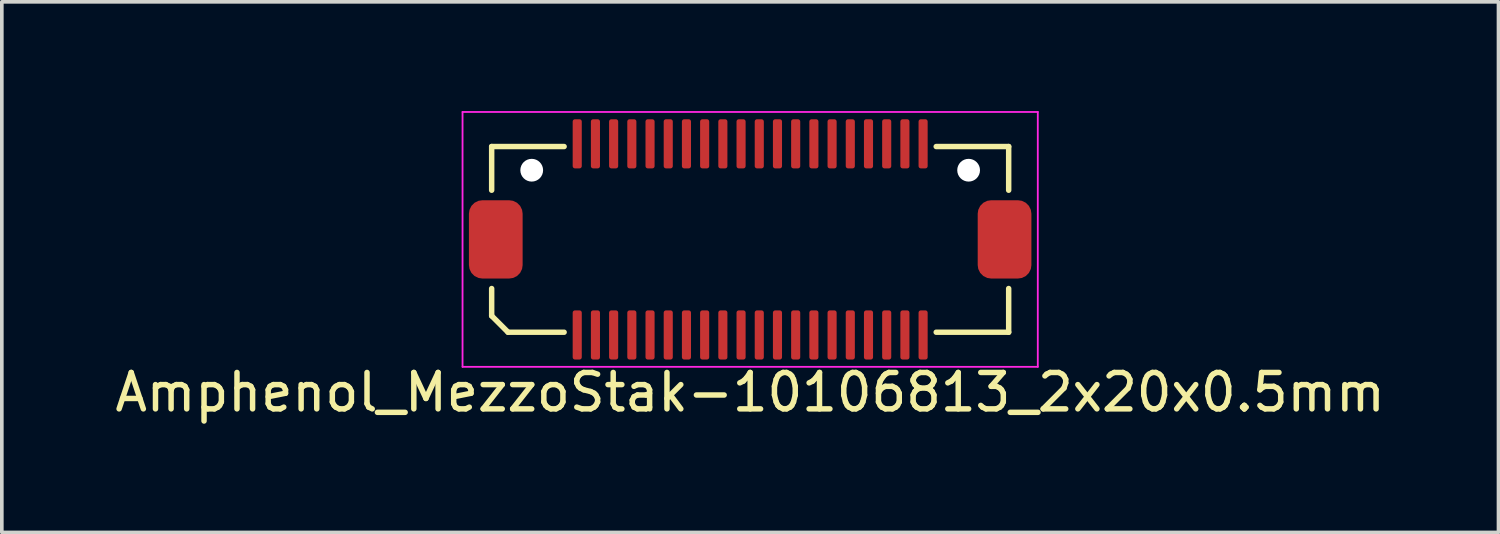
<source format=kicad_pcb>
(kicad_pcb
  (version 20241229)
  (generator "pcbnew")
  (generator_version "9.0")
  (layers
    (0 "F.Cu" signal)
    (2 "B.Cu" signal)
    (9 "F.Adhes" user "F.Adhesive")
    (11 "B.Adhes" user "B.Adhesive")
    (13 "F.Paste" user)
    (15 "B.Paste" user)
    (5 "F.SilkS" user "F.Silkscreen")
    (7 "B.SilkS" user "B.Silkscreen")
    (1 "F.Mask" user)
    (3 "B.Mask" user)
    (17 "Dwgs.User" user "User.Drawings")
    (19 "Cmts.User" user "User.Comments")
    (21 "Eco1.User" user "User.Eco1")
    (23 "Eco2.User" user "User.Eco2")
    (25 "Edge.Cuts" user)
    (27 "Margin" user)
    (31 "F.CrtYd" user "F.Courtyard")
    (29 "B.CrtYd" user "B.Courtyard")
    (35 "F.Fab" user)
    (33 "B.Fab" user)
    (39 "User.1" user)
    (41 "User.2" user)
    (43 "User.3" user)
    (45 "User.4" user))
  (footprint "Amphenol_MezzoStak-10106813_2x20x0.5mm"
    (layer "F.Cu")
    (at 17.554 3.525)
    (property "Reference" "Amphenol_MezzoStak-10106813_2x20x0.5mm" (at 0 4.2 0) (layer "F.SilkS") (effects (font (size 1 1) (thickness 0.15))))
    (attr smd)
    (fp_line (start -7.1 -2.55) (end -5.11 -2.55) (stroke (width 0.15) (type solid)) (layer "F.SilkS"))
    (fp_line (start -7.1 -1.35) (end -7.1 -2.55) (stroke (width 0.15) (type solid)) (layer "F.SilkS"))
    (fp_line (start -7.1 2.1) (end -7.1 1.35) (stroke (width 0.15) (type solid)) (layer "F.SilkS"))
    (fp_line (start -7.1 2.1) (end -6.65 2.55) (stroke (width 0.15) (type solid)) (layer "F.SilkS"))
    (fp_line (start -5.11 2.55) (end -6.65 2.55) (stroke (width 0.15) (type solid)) (layer "F.SilkS"))
    (fp_line (start 5.11 -2.55) (end 7.1 -2.55) (stroke (width 0.15) (type solid)) (layer "F.SilkS"))
    (fp_line (start 5.11 2.55) (end 7.1 2.55) (stroke (width 0.15) (type solid)) (layer "F.SilkS"))
    (fp_line (start 7.1 -1.35) (end 7.1 -2.55) (stroke (width 0.15) (type solid)) (layer "F.SilkS"))
    (fp_line (start 7.1 1.35) (end 7.1 2.55) (stroke (width 0.15) (type solid)) (layer "F.SilkS"))
    (fp_line (start -7.9 -3.5) (end -7.9 3.5) (stroke (width 0.05) (type solid)) (layer "F.CrtYd"))
    (fp_line (start -7.9 3.5) (end 7.9 3.5) (stroke (width 0.05) (type solid)) (layer "F.CrtYd"))
    (fp_line (start 7.9 -3.5) (end -7.9 -3.5) (stroke (width 0.05) (type solid)) (layer "F.CrtYd"))
    (fp_line (start 7.9 3.5) (end 7.9 -3.5) (stroke (width 0.05) (type solid)) (layer "F.CrtYd"))
    (pad "" smd roundrect (at -6.987 0) (size 1.475 2.15) (layers "F.Cu" "F.Mask" "F.Paste") (roundrect_rratio 0.25))
    (pad "" np_thru_hole circle (at -6 -1.9) (size 0.625 0.625) (drill 0.625) (layers "*.Cu" "*.Mask"))
    (pad "" np_thru_hole circle (at 6 -1.9) (size 0.625 0.625) (drill 0.625) (layers "*.Cu" "*.Mask"))
    (pad "" smd roundrect (at 6.987 0) (size 1.475 2.15) (layers "F.Cu" "F.Mask" "F.Paste") (roundrect_rratio 0.25))
    (pad "1" smd roundrect (at -4.75 2.625) (size 0.25 1.35) (layers "F.Cu" "F.Mask" "F.Paste") (roundrect_rratio 0.25))
    (pad "2" smd roundrect (at -4.75 -2.625) (size 0.25 1.35) (layers "F.Cu" "F.Mask" "F.Paste") (roundrect_rratio 0.25))
    (pad "3" smd roundrect (at -4.25 2.625) (size 0.25 1.35) (layers "F.Cu" "F.Mask" "F.Paste") (roundrect_rratio 0.25))
    (pad "4" smd roundrect (at -4.25 -2.625) (size 0.25 1.35) (layers "F.Cu" "F.Mask" "F.Paste") (roundrect_rratio 0.25))
    (pad "5" smd roundrect (at -3.75 2.625) (size 0.25 1.35) (layers "F.Cu" "F.Mask" "F.Paste") (roundrect_rratio 0.25))
    (pad "6" smd roundrect (at -3.75 -2.625) (size 0.25 1.35) (layers "F.Cu" "F.Mask" "F.Paste") (roundrect_rratio 0.25))
    (pad "7" smd roundrect (at -3.25 2.625) (size 0.25 1.35) (layers "F.Cu" "F.Mask" "F.Paste") (roundrect_rratio 0.25))
    (pad "8" smd roundrect (at -3.25 -2.625) (size 0.25 1.35) (layers "F.Cu" "F.Mask" "F.Paste") (roundrect_rratio 0.25))
    (pad "9" smd roundrect (at -2.75 2.625) (size 0.25 1.35) (layers "F.Cu" "F.Mask" "F.Paste") (roundrect_rratio 0.25))
    (pad "10" smd roundrect (at -2.75 -2.625) (size 0.25 1.35) (layers "F.Cu" "F.Mask" "F.Paste") (roundrect_rratio 0.25))
    (pad "11" smd roundrect (at -2.25 2.625) (size 0.25 1.35) (layers "F.Cu" "F.Mask" "F.Paste") (roundrect_rratio 0.25))
    (pad "12" smd roundrect (at -2.25 -2.625) (size 0.25 1.35) (layers "F.Cu" "F.Mask" "F.Paste") (roundrect_rratio 0.25))
    (pad "13" smd roundrect (at -1.75 2.625) (size 0.25 1.35) (layers "F.Cu" "F.Mask" "F.Paste") (roundrect_rratio 0.25))
    (pad "14" smd roundrect (at -1.75 -2.625) (size 0.25 1.35) (layers "F.Cu" "F.Mask" "F.Paste") (roundrect_rratio 0.25))
    (pad "15" smd roundrect (at -1.25 2.625) (size 0.25 1.35) (layers "F.Cu" "F.Mask" "F.Paste") (roundrect_rratio 0.25))
    (pad "16" smd roundrect (at -1.25 -2.625) (size 0.25 1.35) (layers "F.Cu" "F.Mask" "F.Paste") (roundrect_rratio 0.25))
    (pad "17" smd roundrect (at -0.75 2.625) (size 0.25 1.35) (layers "F.Cu" "F.Mask" "F.Paste") (roundrect_rratio 0.25))
    (pad "18" smd roundrect (at -0.75 -2.625) (size 0.25 1.35) (layers "F.Cu" "F.Mask" "F.Paste") (roundrect_rratio 0.25))
    (pad "19" smd roundrect (at -0.25 2.625) (size 0.25 1.35) (layers "F.Cu" "F.Mask" "F.Paste") (roundrect_rratio 0.25))
    (pad "20" smd roundrect (at -0.25 -2.625) (size 0.25 1.35) (layers "F.Cu" "F.Mask" "F.Paste") (roundrect_rratio 0.25))
    (pad "21" smd roundrect (at 0.25 2.625) (size 0.25 1.35) (layers "F.Cu" "F.Mask" "F.Paste") (roundrect_rratio 0.25))
    (pad "22" smd roundrect (at 0.25 -2.625) (size 0.25 1.35) (layers "F.Cu" "F.Mask" "F.Paste") (roundrect_rratio 0.25))
    (pad "23" smd roundrect (at 0.75 2.625) (size 0.25 1.35) (layers "F.Cu" "F.Mask" "F.Paste") (roundrect_rratio 0.25))
    (pad "24" smd roundrect (at 0.75 -2.625) (size 0.25 1.35) (layers "F.Cu" "F.Mask" "F.Paste") (roundrect_rratio 0.25))
    (pad "25" smd roundrect (at 1.25 2.625) (size 0.25 1.35) (layers "F.Cu" "F.Mask" "F.Paste") (roundrect_rratio 0.25))
    (pad "26" smd roundrect (at 1.25 -2.625) (size 0.25 1.35) (layers "F.Cu" "F.Mask" "F.Paste") (roundrect_rratio 0.25))
    (pad "27" smd roundrect (at 1.75 2.625) (size 0.25 1.35) (layers "F.Cu" "F.Mask" "F.Paste") (roundrect_rratio 0.25))
    (pad "28" smd roundrect (at 1.75 -2.625) (size 0.25 1.35) (layers "F.Cu" "F.Mask" "F.Paste") (roundrect_rratio 0.25))
    (pad "29" smd roundrect (at 2.25 2.625) (size 0.25 1.35) (layers "F.Cu" "F.Mask" "F.Paste") (roundrect_rratio 0.25))
    (pad "30" smd roundrect (at 2.25 -2.625) (size 0.25 1.35) (layers "F.Cu" "F.Mask" "F.Paste") (roundrect_rratio 0.25))
    (pad "31" smd roundrect (at 2.75 2.625) (size 0.25 1.35) (layers "F.Cu" "F.Mask" "F.Paste") (roundrect_rratio 0.25))
    (pad "32" smd roundrect (at 2.75 -2.625) (size 0.25 1.35) (layers "F.Cu" "F.Mask" "F.Paste") (roundrect_rratio 0.25))
    (pad "33" smd roundrect (at 3.25 2.625) (size 0.25 1.35) (layers "F.Cu" "F.Mask" "F.Paste") (roundrect_rratio 0.25))
    (pad "34" smd roundrect (at 3.25 -2.625) (size 0.25 1.35) (layers "F.Cu" "F.Mask" "F.Paste") (roundrect_rratio 0.25))
    (pad "35" smd roundrect (at 3.75 2.625) (size 0.25 1.35) (layers "F.Cu" "F.Mask" "F.Paste") (roundrect_rratio 0.25))
    (pad "36" smd roundrect (at 3.75 -2.625) (size 0.25 1.35) (layers "F.Cu" "F.Mask" "F.Paste") (roundrect_rratio 0.25))
    (pad "37" smd roundrect (at 4.25 2.625) (size 0.25 1.35) (layers "F.Cu" "F.Mask" "F.Paste") (roundrect_rratio 0.25))
    (pad "38" smd roundrect (at 4.25 -2.625) (size 0.25 1.35) (layers "F.Cu" "F.Mask" "F.Paste") (roundrect_rratio 0.25))
    (pad "39" smd roundrect (at 4.75 2.625) (size 0.25 1.35) (layers "F.Cu" "F.Mask" "F.Paste") (roundrect_rratio 0.25))
    (pad "40" smd roundrect (at 4.75 -2.625) (size 0.25 1.35) (layers "F.Cu" "F.Mask" "F.Paste") (roundrect_rratio 0.25)))
  (gr_rect
    (start -3 -3)
    (end 38.107 11.573)
    (stroke (width 0.1) (type default))
    (fill no)
    (layer "Edge.Cuts")))
</source>
